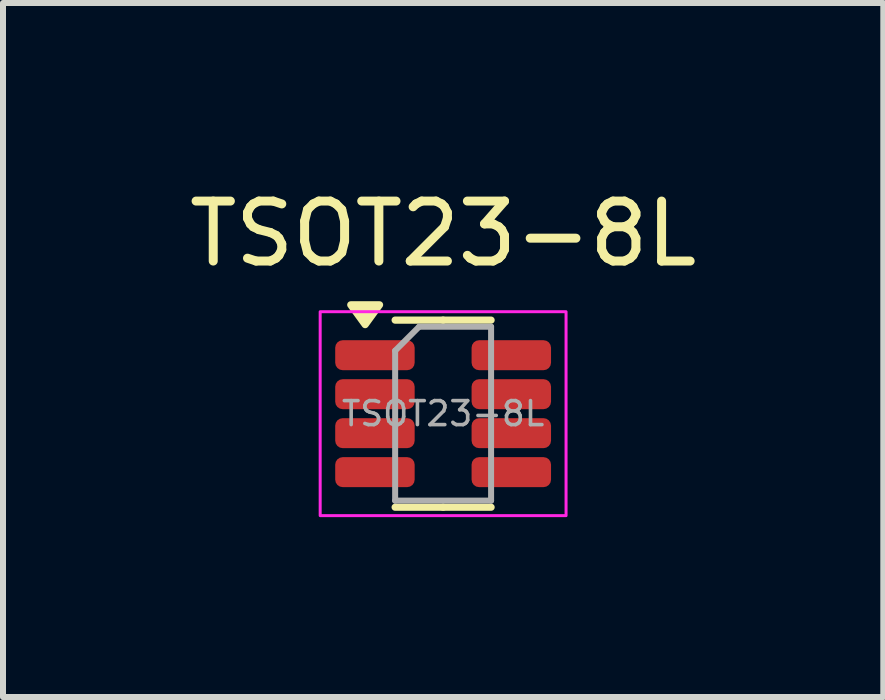
<source format=kicad_pcb>
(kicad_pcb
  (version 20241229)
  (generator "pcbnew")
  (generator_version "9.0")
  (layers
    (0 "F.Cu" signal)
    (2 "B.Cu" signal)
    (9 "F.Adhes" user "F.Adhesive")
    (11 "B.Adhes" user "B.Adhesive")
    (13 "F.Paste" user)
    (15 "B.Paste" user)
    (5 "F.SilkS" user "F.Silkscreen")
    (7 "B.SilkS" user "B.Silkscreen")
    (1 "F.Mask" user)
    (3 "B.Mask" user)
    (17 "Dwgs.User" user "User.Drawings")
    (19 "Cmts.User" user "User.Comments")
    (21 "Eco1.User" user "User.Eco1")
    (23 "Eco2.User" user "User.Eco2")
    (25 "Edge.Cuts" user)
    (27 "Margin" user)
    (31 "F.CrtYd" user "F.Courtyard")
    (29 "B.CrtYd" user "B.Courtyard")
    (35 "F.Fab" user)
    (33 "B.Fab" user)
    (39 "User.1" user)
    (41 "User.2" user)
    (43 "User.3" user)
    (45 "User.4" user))
  (footprint "TSOT23-8L"
    (layer "F.Cu")
    (at 4.339 3.848)
    (property "Reference" "TSOT23-8L" (at 0 -3 0) (layer "F.SilkS") (effects (font (size 1 1) (thickness 0.15))))
    (attr smd)
    (fp_line (start 0 -1.56) (end -0.8 -1.56) (stroke (width 0.12) (type solid)) (layer "F.SilkS"))
    (fp_line (start 0 -1.56) (end 0.8 -1.56) (stroke (width 0.12) (type solid)) (layer "F.SilkS"))
    (fp_line (start 0 1.56) (end -0.8 1.56) (stroke (width 0.12) (type solid)) (layer "F.SilkS"))
    (fp_line (start 0 1.56) (end 0.8 1.56) (stroke (width 0.12) (type solid)) (layer "F.SilkS"))
    (fp_poly (pts (xy -1.3 -1.485) (xy -1.54 -1.815) (xy -1.06 -1.815)) (stroke (width 0.12) (type solid)) (fill yes) (layer "F.SilkS"))
    (fp_rect (start -2.05 -1.7) (end 2.05 1.7) (stroke (width 0.05) (type solid)) (fill no) (layer "F.CrtYd"))
    (fp_line (start -0.8 -1.05) (end -0.4 -1.45) (stroke (width 0.1) (type solid)) (layer "F.Fab"))
    (fp_line (start -0.8 1.45) (end -0.8 -1.05) (stroke (width 0.1) (type solid)) (layer "F.Fab"))
    (fp_line (start -0.4 -1.45) (end 0.8 -1.45) (stroke (width 0.1) (type solid)) (layer "F.Fab"))
    (fp_line (start 0.8 -1.45) (end 0.8 1.45) (stroke (width 0.1) (type solid)) (layer "F.Fab"))
    (fp_line (start 0.8 1.45) (end -0.8 1.45) (stroke (width 0.1) (type solid)) (layer "F.Fab"))
    (fp_text user "${REFERENCE}" (at 0 0 0) (layer "F.Fab") (effects (font (size 0.4 0.4) (thickness 0.06))))
    (pad "1" smd roundrect (at -1.137 -0.975) (size 1.325 0.5) (layers "F.Cu" "F.Mask" "F.Paste") (roundrect_rratio 0.25))
    (pad "2" smd roundrect (at -1.137 -0.325) (size 1.325 0.5) (layers "F.Cu" "F.Mask" "F.Paste") (roundrect_rratio 0.25))
    (pad "3" smd roundrect (at -1.137 0.325) (size 1.325 0.5) (layers "F.Cu" "F.Mask" "F.Paste") (roundrect_rratio 0.25))
    (pad "4" smd roundrect (at -1.137 0.975) (size 1.325 0.5) (layers "F.Cu" "F.Mask" "F.Paste") (roundrect_rratio 0.25))
    (pad "5" smd roundrect (at 1.137 0.975) (size 1.325 0.5) (layers "F.Cu" "F.Mask" "F.Paste") (roundrect_rratio 0.25))
    (pad "6" smd roundrect (at 1.137 0.325) (size 1.325 0.5) (layers "F.Cu" "F.Mask" "F.Paste") (roundrect_rratio 0.25))
    (pad "7" smd roundrect (at 1.137 -0.325) (size 1.325 0.5) (layers "F.Cu" "F.Mask" "F.Paste") (roundrect_rratio 0.25))
    (pad "8" smd roundrect (at 1.137 -0.975) (size 1.325 0.5) (layers "F.Cu" "F.Mask" "F.Paste") (roundrect_rratio 0.25)))
  (gr_rect
    (start -3 -3)
    (end 11.679 8.573)
    (stroke (width 0.1) (type default))
    (fill no)
    (layer "Edge.Cuts")))
</source>
